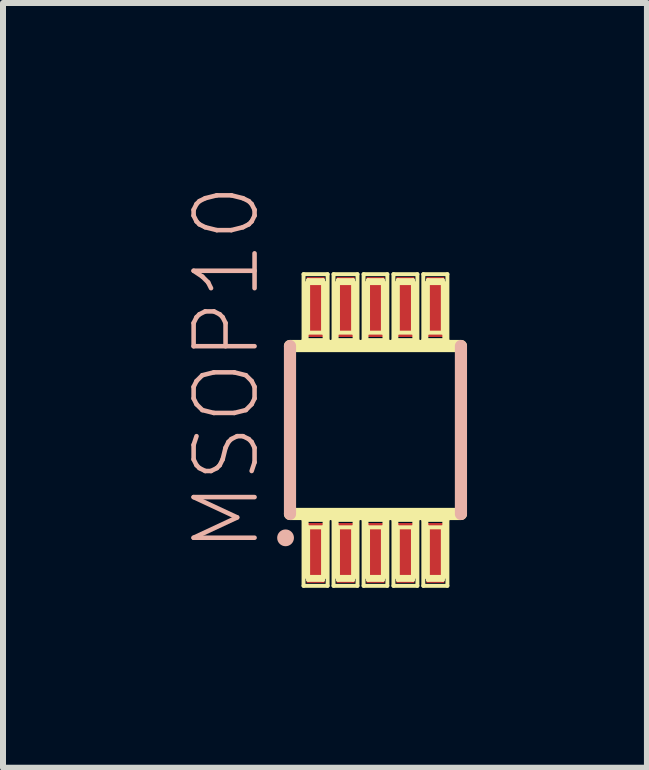
<source format=kicad_pcb>
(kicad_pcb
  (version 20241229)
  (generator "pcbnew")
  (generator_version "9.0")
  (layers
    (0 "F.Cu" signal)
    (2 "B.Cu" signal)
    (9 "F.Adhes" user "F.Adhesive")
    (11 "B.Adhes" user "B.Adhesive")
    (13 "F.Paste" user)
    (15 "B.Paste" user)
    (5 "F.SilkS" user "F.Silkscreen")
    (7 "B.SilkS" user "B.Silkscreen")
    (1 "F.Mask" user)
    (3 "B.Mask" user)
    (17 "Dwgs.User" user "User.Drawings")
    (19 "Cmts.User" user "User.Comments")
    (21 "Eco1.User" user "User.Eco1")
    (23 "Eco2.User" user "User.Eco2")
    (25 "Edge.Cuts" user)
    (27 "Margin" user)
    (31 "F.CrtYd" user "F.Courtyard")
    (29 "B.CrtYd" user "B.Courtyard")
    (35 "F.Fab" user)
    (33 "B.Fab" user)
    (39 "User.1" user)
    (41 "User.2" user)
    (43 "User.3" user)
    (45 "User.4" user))
  (footprint "MSOP10"
    (layer "F.Cu")
    (at 3.21 4.119)
    (property "Reference" "MSOP10" (at -2.482 -1.034 90) (layer "B.SilkS") (effects (font (size 1.016 1.016) (thickness 0.076))))
    (attr smd)
    (fp_line (start -1.425 1.4) (end 1.425 1.4) (stroke (width 0.203) (type solid)) (layer "F.SilkS"))
    (fp_line (start -1.199 -2.598) (end -0.798 -2.598) (stroke (width 0.066) (type solid)) (layer "F.SilkS"))
    (fp_line (start -1.199 -1.499) (end -1.199 -2.598) (stroke (width 0.066) (type solid)) (layer "F.SilkS"))
    (fp_line (start -1.199 -1.499) (end -0.798 -1.499) (stroke (width 0.066) (type solid)) (layer "F.SilkS"))
    (fp_line (start -1.199 1.499) (end -0.798 1.499) (stroke (width 0.066) (type solid)) (layer "F.SilkS"))
    (fp_line (start -1.199 2.598) (end -1.199 1.499) (stroke (width 0.066) (type solid)) (layer "F.SilkS"))
    (fp_line (start -1.199 2.598) (end -0.798 2.598) (stroke (width 0.066) (type solid)) (layer "F.SilkS"))
    (fp_line (start -1.148 -2.449) (end -0.848 -2.449) (stroke (width 0.066) (type solid)) (layer "F.SilkS"))
    (fp_line (start -1.148 -1.473) (end -1.148 -2.449) (stroke (width 0.066) (type solid)) (layer "F.SilkS"))
    (fp_line (start -1.148 -1.473) (end -0.848 -1.473) (stroke (width 0.066) (type solid)) (layer "F.SilkS"))
    (fp_line (start -1.148 1.473) (end -0.848 1.473) (stroke (width 0.066) (type solid)) (layer "F.SilkS"))
    (fp_line (start -1.148 2.449) (end -1.148 1.473) (stroke (width 0.066) (type solid)) (layer "F.SilkS"))
    (fp_line (start -1.148 2.449) (end -0.848 2.449) (stroke (width 0.066) (type solid)) (layer "F.SilkS"))
    (fp_line (start -1.123 -2.499) (end -0.874 -2.499) (stroke (width 0.066) (type solid)) (layer "F.SilkS"))
    (fp_line (start -1.123 -1.623) (end -1.123 -2.499) (stroke (width 0.066) (type solid)) (layer "F.SilkS"))
    (fp_line (start -1.123 -1.623) (end -0.874 -1.623) (stroke (width 0.066) (type solid)) (layer "F.SilkS"))
    (fp_line (start -1.123 1.623) (end -0.874 1.623) (stroke (width 0.066) (type solid)) (layer "F.SilkS"))
    (fp_line (start -1.123 2.499) (end -1.123 1.623) (stroke (width 0.066) (type solid)) (layer "F.SilkS"))
    (fp_line (start -1.123 2.499) (end -0.874 2.499) (stroke (width 0.066) (type solid)) (layer "F.SilkS"))
    (fp_line (start -0.874 -1.623) (end -0.874 -2.499) (stroke (width 0.066) (type solid)) (layer "F.SilkS"))
    (fp_line (start -0.874 2.499) (end -0.874 1.623) (stroke (width 0.066) (type solid)) (layer "F.SilkS"))
    (fp_line (start -0.848 -1.473) (end -0.848 -2.449) (stroke (width 0.066) (type solid)) (layer "F.SilkS"))
    (fp_line (start -0.848 2.449) (end -0.848 1.473) (stroke (width 0.066) (type solid)) (layer "F.SilkS"))
    (fp_line (start -0.798 -1.499) (end -0.798 -2.598) (stroke (width 0.066) (type solid)) (layer "F.SilkS"))
    (fp_line (start -0.798 2.598) (end -0.798 1.499) (stroke (width 0.066) (type solid)) (layer "F.SilkS"))
    (fp_line (start -0.699 -2.598) (end -0.3 -2.598) (stroke (width 0.066) (type solid)) (layer "F.SilkS"))
    (fp_line (start -0.699 -1.499) (end -0.699 -2.598) (stroke (width 0.066) (type solid)) (layer "F.SilkS"))
    (fp_line (start -0.699 -1.499) (end -0.3 -1.499) (stroke (width 0.066) (type solid)) (layer "F.SilkS"))
    (fp_line (start -0.699 1.499) (end -0.3 1.499) (stroke (width 0.066) (type solid)) (layer "F.SilkS"))
    (fp_line (start -0.699 2.598) (end -0.699 1.499) (stroke (width 0.066) (type solid)) (layer "F.SilkS"))
    (fp_line (start -0.699 2.598) (end -0.3 2.598) (stroke (width 0.066) (type solid)) (layer "F.SilkS"))
    (fp_line (start -0.648 -2.449) (end -0.348 -2.449) (stroke (width 0.066) (type solid)) (layer "F.SilkS"))
    (fp_line (start -0.648 -1.473) (end -0.648 -2.449) (stroke (width 0.066) (type solid)) (layer "F.SilkS"))
    (fp_line (start -0.648 -1.473) (end -0.348 -1.473) (stroke (width 0.066) (type solid)) (layer "F.SilkS"))
    (fp_line (start -0.648 1.473) (end -0.348 1.473) (stroke (width 0.066) (type solid)) (layer "F.SilkS"))
    (fp_line (start -0.648 2.449) (end -0.648 1.473) (stroke (width 0.066) (type solid)) (layer "F.SilkS"))
    (fp_line (start -0.648 2.449) (end -0.348 2.449) (stroke (width 0.066) (type solid)) (layer "F.SilkS"))
    (fp_line (start -0.625 -2.499) (end -0.373 -2.499) (stroke (width 0.066) (type solid)) (layer "F.SilkS"))
    (fp_line (start -0.625 -1.623) (end -0.625 -2.499) (stroke (width 0.066) (type solid)) (layer "F.SilkS"))
    (fp_line (start -0.625 -1.623) (end -0.373 -1.623) (stroke (width 0.066) (type solid)) (layer "F.SilkS"))
    (fp_line (start -0.625 1.623) (end -0.373 1.623) (stroke (width 0.066) (type solid)) (layer "F.SilkS"))
    (fp_line (start -0.625 2.499) (end -0.625 1.623) (stroke (width 0.066) (type solid)) (layer "F.SilkS"))
    (fp_line (start -0.625 2.499) (end -0.373 2.499) (stroke (width 0.066) (type solid)) (layer "F.SilkS"))
    (fp_line (start -0.373 -1.623) (end -0.373 -2.499) (stroke (width 0.066) (type solid)) (layer "F.SilkS"))
    (fp_line (start -0.373 2.499) (end -0.373 1.623) (stroke (width 0.066) (type solid)) (layer "F.SilkS"))
    (fp_line (start -0.348 -1.473) (end -0.348 -2.449) (stroke (width 0.066) (type solid)) (layer "F.SilkS"))
    (fp_line (start -0.348 2.449) (end -0.348 1.473) (stroke (width 0.066) (type solid)) (layer "F.SilkS"))
    (fp_line (start -0.3 -1.499) (end -0.3 -2.598) (stroke (width 0.066) (type solid)) (layer "F.SilkS"))
    (fp_line (start -0.3 2.598) (end -0.3 1.499) (stroke (width 0.066) (type solid)) (layer "F.SilkS"))
    (fp_line (start -0.198 -2.598) (end 0.198 -2.598) (stroke (width 0.066) (type solid)) (layer "F.SilkS"))
    (fp_line (start -0.198 -1.499) (end -0.198 -2.598) (stroke (width 0.066) (type solid)) (layer "F.SilkS"))
    (fp_line (start -0.198 -1.499) (end 0.198 -1.499) (stroke (width 0.066) (type solid)) (layer "F.SilkS"))
    (fp_line (start -0.198 1.499) (end 0.198 1.499) (stroke (width 0.066) (type solid)) (layer "F.SilkS"))
    (fp_line (start -0.198 2.598) (end -0.198 1.499) (stroke (width 0.066) (type solid)) (layer "F.SilkS"))
    (fp_line (start -0.198 2.598) (end 0.198 2.598) (stroke (width 0.066) (type solid)) (layer "F.SilkS"))
    (fp_line (start -0.15 -2.449) (end 0.15 -2.449) (stroke (width 0.066) (type solid)) (layer "F.SilkS"))
    (fp_line (start -0.15 -1.473) (end -0.15 -2.449) (stroke (width 0.066) (type solid)) (layer "F.SilkS"))
    (fp_line (start -0.15 -1.473) (end 0.15 -1.473) (stroke (width 0.066) (type solid)) (layer "F.SilkS"))
    (fp_line (start -0.15 1.473) (end 0.15 1.473) (stroke (width 0.066) (type solid)) (layer "F.SilkS"))
    (fp_line (start -0.15 2.449) (end -0.15 1.473) (stroke (width 0.066) (type solid)) (layer "F.SilkS"))
    (fp_line (start -0.15 2.449) (end 0.15 2.449) (stroke (width 0.066) (type solid)) (layer "F.SilkS"))
    (fp_line (start -0.124 -2.499) (end 0.124 -2.499) (stroke (width 0.066) (type solid)) (layer "F.SilkS"))
    (fp_line (start -0.124 -1.623) (end -0.124 -2.499) (stroke (width 0.066) (type solid)) (layer "F.SilkS"))
    (fp_line (start -0.124 -1.623) (end 0.124 -1.623) (stroke (width 0.066) (type solid)) (layer "F.SilkS"))
    (fp_line (start -0.124 1.623) (end 0.124 1.623) (stroke (width 0.066) (type solid)) (layer "F.SilkS"))
    (fp_line (start -0.124 2.499) (end -0.124 1.623) (stroke (width 0.066) (type solid)) (layer "F.SilkS"))
    (fp_line (start -0.124 2.499) (end 0.124 2.499) (stroke (width 0.066) (type solid)) (layer "F.SilkS"))
    (fp_line (start 0.124 -1.623) (end 0.124 -2.499) (stroke (width 0.066) (type solid)) (layer "F.SilkS"))
    (fp_line (start 0.124 2.499) (end 0.124 1.623) (stroke (width 0.066) (type solid)) (layer "F.SilkS"))
    (fp_line (start 0.15 -1.473) (end 0.15 -2.449) (stroke (width 0.066) (type solid)) (layer "F.SilkS"))
    (fp_line (start 0.15 2.449) (end 0.15 1.473) (stroke (width 0.066) (type solid)) (layer "F.SilkS"))
    (fp_line (start 0.198 -1.499) (end 0.198 -2.598) (stroke (width 0.066) (type solid)) (layer "F.SilkS"))
    (fp_line (start 0.198 2.598) (end 0.198 1.499) (stroke (width 0.066) (type solid)) (layer "F.SilkS"))
    (fp_line (start 0.3 -2.598) (end 0.699 -2.598) (stroke (width 0.066) (type solid)) (layer "F.SilkS"))
    (fp_line (start 0.3 -1.499) (end 0.3 -2.598) (stroke (width 0.066) (type solid)) (layer "F.SilkS"))
    (fp_line (start 0.3 -1.499) (end 0.699 -1.499) (stroke (width 0.066) (type solid)) (layer "F.SilkS"))
    (fp_line (start 0.3 1.499) (end 0.699 1.499) (stroke (width 0.066) (type solid)) (layer "F.SilkS"))
    (fp_line (start 0.3 2.598) (end 0.3 1.499) (stroke (width 0.066) (type solid)) (layer "F.SilkS"))
    (fp_line (start 0.3 2.598) (end 0.699 2.598) (stroke (width 0.066) (type solid)) (layer "F.SilkS"))
    (fp_line (start 0.348 -2.449) (end 0.648 -2.449) (stroke (width 0.066) (type solid)) (layer "F.SilkS"))
    (fp_line (start 0.348 -1.473) (end 0.348 -2.449) (stroke (width 0.066) (type solid)) (layer "F.SilkS"))
    (fp_line (start 0.348 -1.473) (end 0.648 -1.473) (stroke (width 0.066) (type solid)) (layer "F.SilkS"))
    (fp_line (start 0.348 1.473) (end 0.648 1.473) (stroke (width 0.066) (type solid)) (layer "F.SilkS"))
    (fp_line (start 0.348 2.449) (end 0.348 1.473) (stroke (width 0.066) (type solid)) (layer "F.SilkS"))
    (fp_line (start 0.348 2.449) (end 0.648 2.449) (stroke (width 0.066) (type solid)) (layer "F.SilkS"))
    (fp_line (start 0.373 -2.499) (end 0.625 -2.499) (stroke (width 0.066) (type solid)) (layer "F.SilkS"))
    (fp_line (start 0.373 -1.623) (end 0.373 -2.499) (stroke (width 0.066) (type solid)) (layer "F.SilkS"))
    (fp_line (start 0.373 -1.623) (end 0.625 -1.623) (stroke (width 0.066) (type solid)) (layer "F.SilkS"))
    (fp_line (start 0.373 1.623) (end 0.625 1.623) (stroke (width 0.066) (type solid)) (layer "F.SilkS"))
    (fp_line (start 0.373 2.499) (end 0.373 1.623) (stroke (width 0.066) (type solid)) (layer "F.SilkS"))
    (fp_line (start 0.373 2.499) (end 0.625 2.499) (stroke (width 0.066) (type solid)) (layer "F.SilkS"))
    (fp_line (start 0.625 -1.623) (end 0.625 -2.499) (stroke (width 0.066) (type solid)) (layer "F.SilkS"))
    (fp_line (start 0.625 2.499) (end 0.625 1.623) (stroke (width 0.066) (type solid)) (layer "F.SilkS"))
    (fp_line (start 0.648 -1.473) (end 0.648 -2.449) (stroke (width 0.066) (type solid)) (layer "F.SilkS"))
    (fp_line (start 0.648 2.449) (end 0.648 1.473) (stroke (width 0.066) (type solid)) (layer "F.SilkS"))
    (fp_line (start 0.699 -1.499) (end 0.699 -2.598) (stroke (width 0.066) (type solid)) (layer "F.SilkS"))
    (fp_line (start 0.699 2.598) (end 0.699 1.499) (stroke (width 0.066) (type solid)) (layer "F.SilkS"))
    (fp_line (start 0.798 -2.598) (end 1.199 -2.598) (stroke (width 0.066) (type solid)) (layer "F.SilkS"))
    (fp_line (start 0.798 -1.499) (end 0.798 -2.598) (stroke (width 0.066) (type solid)) (layer "F.SilkS"))
    (fp_line (start 0.798 -1.499) (end 1.199 -1.499) (stroke (width 0.066) (type solid)) (layer "F.SilkS"))
    (fp_line (start 0.798 1.499) (end 1.199 1.499) (stroke (width 0.066) (type solid)) (layer "F.SilkS"))
    (fp_line (start 0.798 2.598) (end 0.798 1.499) (stroke (width 0.066) (type solid)) (layer "F.SilkS"))
    (fp_line (start 0.798 2.598) (end 1.199 2.598) (stroke (width 0.066) (type solid)) (layer "F.SilkS"))
    (fp_line (start 0.848 -2.449) (end 1.148 -2.449) (stroke (width 0.066) (type solid)) (layer "F.SilkS"))
    (fp_line (start 0.848 -1.473) (end 0.848 -2.449) (stroke (width 0.066) (type solid)) (layer "F.SilkS"))
    (fp_line (start 0.848 -1.473) (end 1.148 -1.473) (stroke (width 0.066) (type solid)) (layer "F.SilkS"))
    (fp_line (start 0.848 1.473) (end 1.148 1.473) (stroke (width 0.066) (type solid)) (layer "F.SilkS"))
    (fp_line (start 0.848 2.449) (end 0.848 1.473) (stroke (width 0.066) (type solid)) (layer "F.SilkS"))
    (fp_line (start 0.848 2.449) (end 1.148 2.449) (stroke (width 0.066) (type solid)) (layer "F.SilkS"))
    (fp_line (start 0.874 -2.499) (end 1.123 -2.499) (stroke (width 0.066) (type solid)) (layer "F.SilkS"))
    (fp_line (start 0.874 -1.623) (end 0.874 -2.499) (stroke (width 0.066) (type solid)) (layer "F.SilkS"))
    (fp_line (start 0.874 -1.623) (end 1.123 -1.623) (stroke (width 0.066) (type solid)) (layer "F.SilkS"))
    (fp_line (start 0.874 1.623) (end 1.123 1.623) (stroke (width 0.066) (type solid)) (layer "F.SilkS"))
    (fp_line (start 0.874 2.499) (end 0.874 1.623) (stroke (width 0.066) (type solid)) (layer "F.SilkS"))
    (fp_line (start 0.874 2.499) (end 1.123 2.499) (stroke (width 0.066) (type solid)) (layer "F.SilkS"))
    (fp_line (start 1.123 -1.623) (end 1.123 -2.499) (stroke (width 0.066) (type solid)) (layer "F.SilkS"))
    (fp_line (start 1.123 2.499) (end 1.123 1.623) (stroke (width 0.066) (type solid)) (layer "F.SilkS"))
    (fp_line (start 1.148 -1.473) (end 1.148 -2.449) (stroke (width 0.066) (type solid)) (layer "F.SilkS"))
    (fp_line (start 1.148 2.449) (end 1.148 1.473) (stroke (width 0.066) (type solid)) (layer "F.SilkS"))
    (fp_line (start 1.199 -1.499) (end 1.199 -2.598) (stroke (width 0.066) (type solid)) (layer "F.SilkS"))
    (fp_line (start 1.199 2.598) (end 1.199 1.499) (stroke (width 0.066) (type solid)) (layer "F.SilkS"))
    (fp_line (start 1.425 -1.4) (end -1.425 -1.4) (stroke (width 0.203) (type solid)) (layer "F.SilkS"))
    (fp_line (start -1.425 -1.4) (end -1.425 1.4) (stroke (width 0.203) (type solid)) (layer "B.SilkS"))
    (fp_line (start 1.425 1.4) (end 1.425 -1.4) (stroke (width 0.203) (type solid)) (layer "B.SilkS"))
    (fp_circle (center -1.499 1.798) (end -1.598 1.897) (stroke (width 0) (type solid)) (fill yes) (layer "B.SilkS"))
    (pad "1" smd rect (at -0.998 2.05) (size 0.3 0.998) (layers "F.Cu" "F.Mask" "F.Paste"))
    (pad "2" smd rect (at -0.498 2.05) (size 0.3 0.998) (layers "F.Cu" "F.Mask" "F.Paste"))
    (pad "3" smd rect (at 0 2.05) (size 0.3 0.998) (layers "F.Cu" "F.Mask" "F.Paste"))
    (pad "4" smd rect (at 0.498 2.05) (size 0.3 0.998) (layers "F.Cu" "F.Mask" "F.Paste"))
    (pad "5" smd rect (at 0.998 2.05) (size 0.3 0.998) (layers "F.Cu" "F.Mask" "F.Paste"))
    (pad "6" smd rect (at 0.998 -2.05 180) (size 0.3 0.998) (layers "F.Cu" "F.Mask" "F.Paste"))
    (pad "7" smd rect (at 0.498 -2.05 180) (size 0.3 0.998) (layers "F.Cu" "F.Mask" "F.Paste"))
    (pad "8" smd rect (at 0 -2.05 180) (size 0.3 0.998) (layers "F.Cu" "F.Mask" "F.Paste"))
    (pad "9" smd rect (at -0.498 -2.05 180) (size 0.3 0.998) (layers "F.Cu" "F.Mask" "F.Paste"))
    (pad "10" smd rect (at -0.998 -2.05 180) (size 0.3 0.998) (layers "F.Cu" "F.Mask" "F.Paste")))
  (gr_rect
    (start -3 -3)
    (end 7.736 9.75)
    (stroke (width 0.1) (type default))
    (fill no)
    (layer "Edge.Cuts")))
</source>
